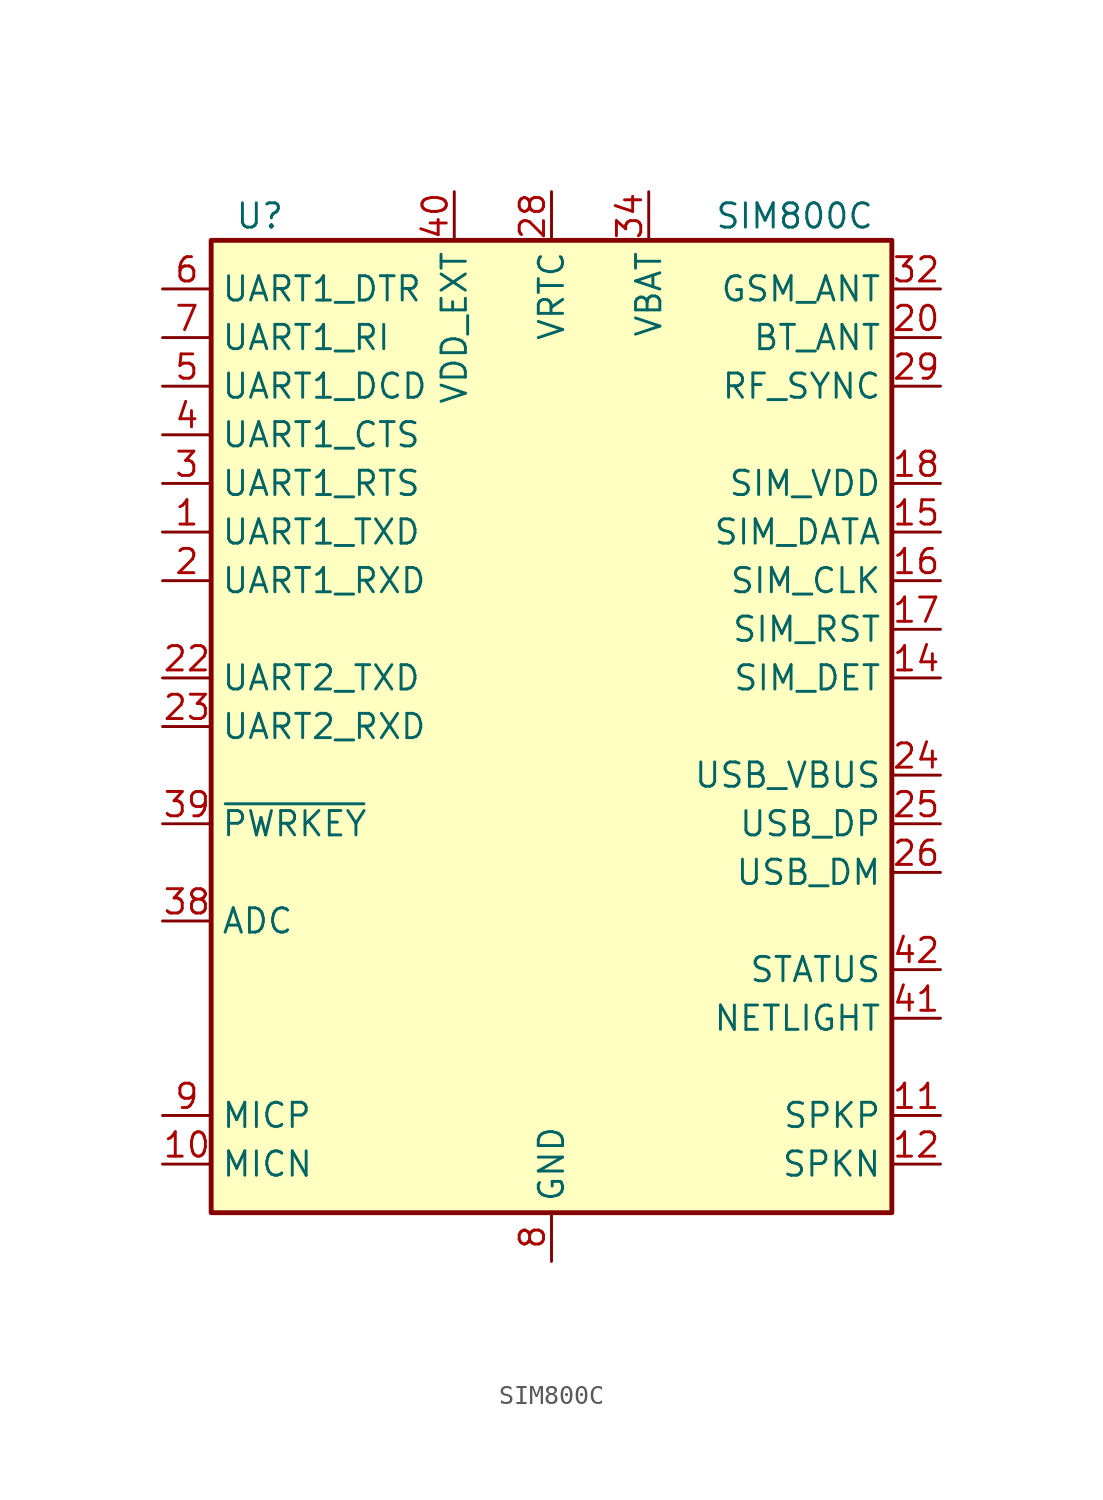
<source format=kicad_sym>
(kicad_symbol_lib
  (version 20201005)
  (generator kicad_symbol_editor)
  (symbol "RF:SIM800C"
    (property "Reference" "U"
      (at -15.24 26.67 0)
      (effects (font (size 1.27 1.27))))
    (property "Value" "SIM800C"
      (at 12.7 26.67 0)
      (effects (font (size 1.27 1.27))))
    (symbol "SIM800C_0_1"
      (rectangle (start -17.78 25.4) (end 17.78 -25.4) (stroke (width 0.254)) (fill (type background))))
    (symbol "SIM800C_1_1"
      (pin output line (at -20.32 10.16 0) (length 2.54) (name "UART1_TXD" (effects (font (size 1.27 1.27)))) (number "1" (effects (font (size 1.27 1.27)))))
      (pin input line (at -20.32 -22.86 0) (length 2.54) (name "MICN" (effects (font (size 1.27 1.27)))) (number "10" (effects (font (size 1.27 1.27)))))
      (pin output line (at 20.32 -20.32 180) (length 2.54) (name "SPKP" (effects (font (size 1.27 1.27)))) (number "11" (effects (font (size 1.27 1.27)))))
      (pin output line (at 20.32 -22.86 180) (length 2.54) (name "SPKN" (effects (font (size 1.27 1.27)))) (number "12" (effects (font (size 1.27 1.27)))))
      (pin passive line (at 0 -27.94 90) (length 2.54) hide (name "GND" (effects (font (size 1.27 1.27)))) (number "13" (effects (font (size 1.27 1.27)))))
      (pin input line (at 20.32 2.54 180) (length 2.54) (name "SIM_DET" (effects (font (size 1.27 1.27)))) (number "14" (effects (font (size 1.27 1.27)))))
      (pin bidirectional line (at 20.32 10.16 180) (length 2.54) (name "SIM_DATA" (effects (font (size 1.27 1.27)))) (number "15" (effects (font (size 1.27 1.27)))))
      (pin output line (at 20.32 7.62 180) (length 2.54) (name "SIM_CLK" (effects (font (size 1.27 1.27)))) (number "16" (effects (font (size 1.27 1.27)))))
      (pin output line (at 20.32 5.08 180) (length 2.54) (name "SIM_RST" (effects (font (size 1.27 1.27)))) (number "17" (effects (font (size 1.27 1.27)))))
      (pin power_out line (at 20.32 12.7 180) (length 2.54) (name "SIM_VDD" (effects (font (size 1.27 1.27)))) (number "18" (effects (font (size 1.27 1.27)))))
      (pin passive line (at 0 -27.94 90) (length 2.54) hide (name "GND" (effects (font (size 1.27 1.27)))) (number "19" (effects (font (size 1.27 1.27)))))
      (pin input line (at -20.32 7.62 0) (length 2.54) (name "UART1_RXD" (effects (font (size 1.27 1.27)))) (number "2" (effects (font (size 1.27 1.27)))))
      (pin passive line (at 20.32 20.32 180) (length 2.54) (name "BT_ANT" (effects (font (size 1.27 1.27)))) (number "20" (effects (font (size 1.27 1.27)))))
      (pin passive line (at 0 -27.94 90) (length 2.54) hide (name "GND" (effects (font (size 1.27 1.27)))) (number "21" (effects (font (size 1.27 1.27)))))
      (pin output line (at -20.32 2.54 0) (length 2.54) (name "UART2_TXD" (effects (font (size 1.27 1.27)))) (number "22" (effects (font (size 1.27 1.27)))))
      (pin input line (at -20.32 0 0) (length 2.54) (name "UART2_RXD" (effects (font (size 1.27 1.27)))) (number "23" (effects (font (size 1.27 1.27)))))
      (pin input line (at 20.32 -2.54 180) (length 2.54) (name "USB_VBUS" (effects (font (size 1.27 1.27)))) (number "24" (effects (font (size 1.27 1.27)))))
      (pin bidirectional line (at 20.32 -5.08 180) (length 2.54) (name "USB_DP" (effects (font (size 1.27 1.27)))) (number "25" (effects (font (size 1.27 1.27)))))
      (pin bidirectional line (at 20.32 -7.62 180) (length 2.54) (name "USB_DM" (effects (font (size 1.27 1.27)))) (number "26" (effects (font (size 1.27 1.27)))))
      (pin passive line (at 0 -27.94 90) (length 2.54) hide (name "GND" (effects (font (size 1.27 1.27)))) (number "27" (effects (font (size 1.27 1.27)))))
      (pin power_in line (at 0 27.94 270) (length 2.54) (name "VRTC" (effects (font (size 1.27 1.27)))) (number "28" (effects (font (size 1.27 1.27)))))
      (pin output line (at 20.32 17.78 180) (length 2.54) (name "RF_SYNC" (effects (font (size 1.27 1.27)))) (number "29" (effects (font (size 1.27 1.27)))))
      (pin input line (at -20.32 12.7 0) (length 2.54) (name "UART1_RTS" (effects (font (size 1.27 1.27)))) (number "3" (effects (font (size 1.27 1.27)))))
      (pin passive line (at 0 -27.94 90) (length 2.54) hide (name "GND" (effects (font (size 1.27 1.27)))) (number "30" (effects (font (size 1.27 1.27)))))
      (pin passive line (at 0 -27.94 90) (length 2.54) hide (name "GND" (effects (font (size 1.27 1.27)))) (number "31" (effects (font (size 1.27 1.27)))))
      (pin passive line (at 20.32 22.86 180) (length 2.54) (name "GSM_ANT" (effects (font (size 1.27 1.27)))) (number "32" (effects (font (size 1.27 1.27)))))
      (pin passive line (at 0 -27.94 90) (length 2.54) hide (name "GND" (effects (font (size 1.27 1.27)))) (number "33" (effects (font (size 1.27 1.27)))))
      (pin power_in line (at 5.08 27.94 270) (length 2.54) (name "VBAT" (effects (font (size 1.27 1.27)))) (number "34" (effects (font (size 1.27 1.27)))))
      (pin passive line (at 5.08 27.94 270) (length 2.54) hide (name "VBAT" (effects (font (size 1.27 1.27)))) (number "35" (effects (font (size 1.27 1.27)))))
      (pin passive line (at 0 -27.94 90) (length 2.54) hide (name "GND" (effects (font (size 1.27 1.27)))) (number "36" (effects (font (size 1.27 1.27)))))
      (pin passive line (at 0 -27.94 90) (length 2.54) hide (name "GND" (effects (font (size 1.27 1.27)))) (number "37" (effects (font (size 1.27 1.27)))))
      (pin input line (at -20.32 -10.16 0) (length 2.54) (name "ADC" (effects (font (size 1.27 1.27)))) (number "38" (effects (font (size 1.27 1.27)))))
      (pin input line (at -20.32 -5.08 0) (length 2.54) (name "~PWRKEY" (effects (font (size 1.27 1.27)))) (number "39" (effects (font (size 1.27 1.27)))))
      (pin output line (at -20.32 15.24 0) (length 2.54) (name "UART1_CTS" (effects (font (size 1.27 1.27)))) (number "4" (effects (font (size 1.27 1.27)))))
      (pin power_out line (at -5.08 27.94 270) (length 2.54) (name "VDD_EXT" (effects (font (size 1.27 1.27)))) (number "40" (effects (font (size 1.27 1.27)))))
      (pin output line (at 20.32 -15.24 180) (length 2.54) (name "NETLIGHT" (effects (font (size 1.27 1.27)))) (number "41" (effects (font (size 1.27 1.27)))))
      (pin output line (at 20.32 -12.7 180) (length 2.54) (name "STATUS" (effects (font (size 1.27 1.27)))) (number "42" (effects (font (size 1.27 1.27)))))
      (pin output line (at -20.32 17.78 0) (length 2.54) (name "UART1_DCD" (effects (font (size 1.27 1.27)))) (number "5" (effects (font (size 1.27 1.27)))))
      (pin input line (at -20.32 22.86 0) (length 2.54) (name "UART1_DTR" (effects (font (size 1.27 1.27)))) (number "6" (effects (font (size 1.27 1.27)))))
      (pin output line (at -20.32 20.32 0) (length 2.54) (name "UART1_RI" (effects (font (size 1.27 1.27)))) (number "7" (effects (font (size 1.27 1.27)))))
      (pin power_in line (at 0 -27.94 90) (length 2.54) (name "GND" (effects (font (size 1.27 1.27)))) (number "8" (effects (font (size 1.27 1.27)))))
      (pin input line (at -20.32 -20.32 0) (length 2.54) (name "MICP" (effects (font (size 1.27 1.27)))) (number "9" (effects (font (size 1.27 1.27))))))))
</source>
